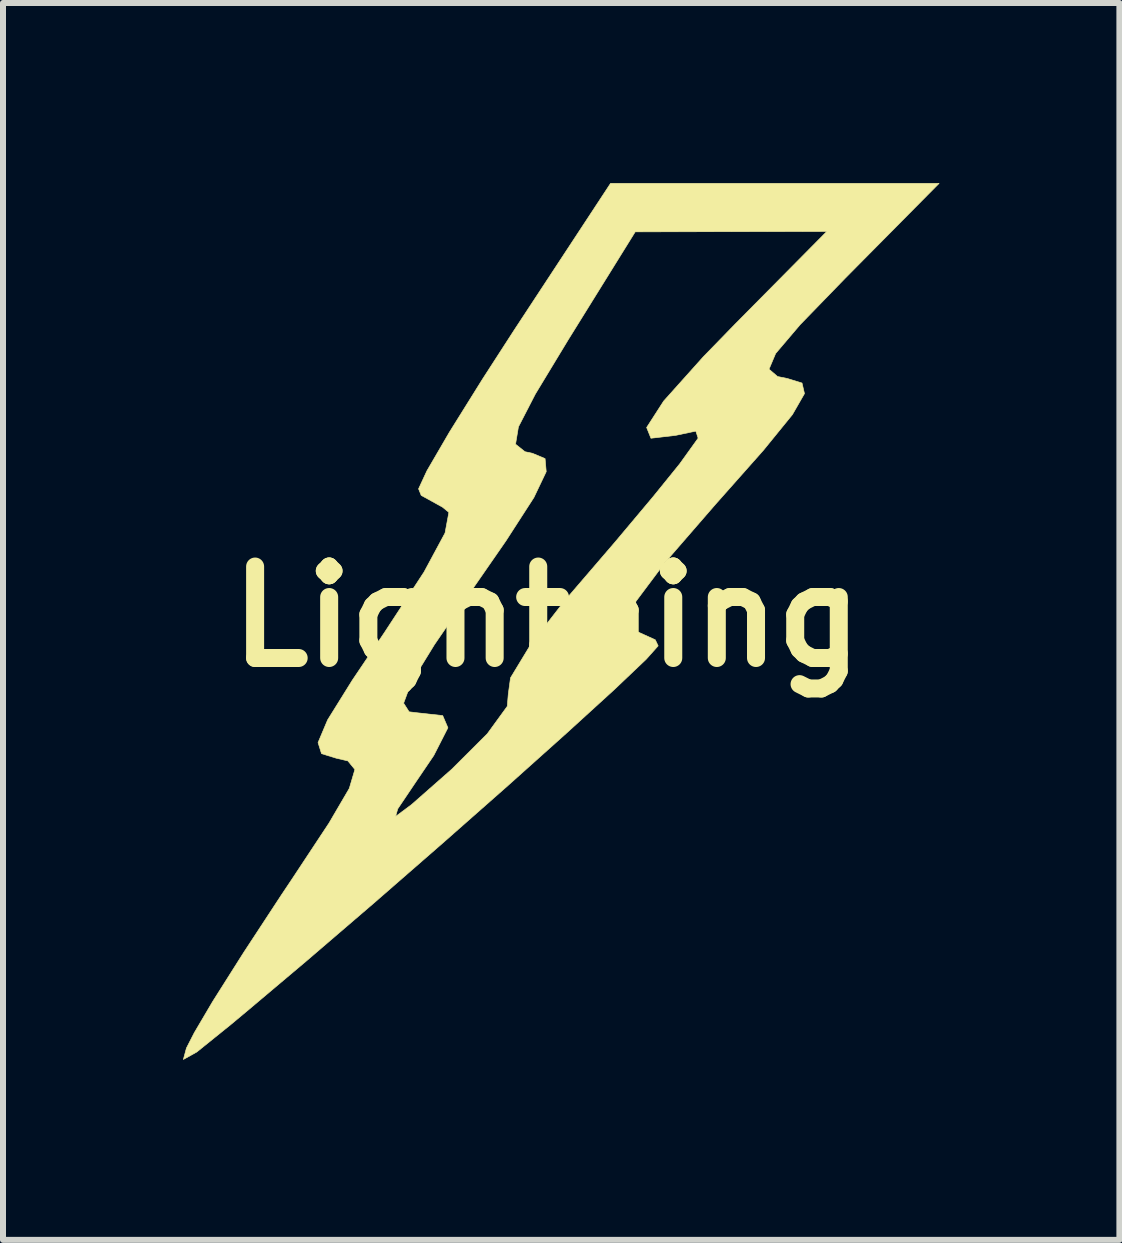
<source format=kicad_pcb>
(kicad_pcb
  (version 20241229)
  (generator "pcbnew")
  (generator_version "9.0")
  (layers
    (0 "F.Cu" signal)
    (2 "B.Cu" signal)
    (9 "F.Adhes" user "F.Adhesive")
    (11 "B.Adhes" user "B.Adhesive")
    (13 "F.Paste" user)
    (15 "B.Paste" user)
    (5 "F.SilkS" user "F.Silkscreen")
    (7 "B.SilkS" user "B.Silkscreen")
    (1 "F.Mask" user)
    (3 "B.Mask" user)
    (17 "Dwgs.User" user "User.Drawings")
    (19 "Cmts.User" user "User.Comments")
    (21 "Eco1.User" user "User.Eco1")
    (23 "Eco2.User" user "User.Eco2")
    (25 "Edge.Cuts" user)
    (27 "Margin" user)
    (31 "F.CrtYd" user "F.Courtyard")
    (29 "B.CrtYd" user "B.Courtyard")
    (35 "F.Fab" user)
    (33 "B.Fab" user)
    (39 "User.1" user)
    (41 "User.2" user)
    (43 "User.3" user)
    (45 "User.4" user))
  (footprint "Lightning"
    (layer "F.Cu")
    (at 6.063 7.224)
    (property "Reference" "Lightning" (at 0 0 0) (layer "F.SilkS") (effects (font (size 1.524 1.524) (thickness 0.3))))
    (attr through_hole)
    (fp_poly (pts (xy 4.969 -5.638) (xy 4.219 -4.865) (xy 3.811 -4.385) (xy 3.7 -4.123) (xy 3.842 -4.001) (xy 4.008 -3.967) (xy 4.25 -3.892) (xy 4.291 -3.716) (xy 4.09 -3.366) (xy 3.606 -2.771) (xy 2.809 -1.872) (xy 1.967 -0.901) (xy 1.484 -0.256) (xy 1.333 0.105) (xy 1.439 0.22) (xy 1.805 0.386) (xy 1.853 0.487) (xy 1.655 0.709) (xy 1.124 1.214) (xy 0.331 1.937) (xy -0.651 2.816) (xy -1.749 3.784) (xy -2.891 4.779) (xy -4.005 5.735) (xy -5.018 6.589) (xy -5.271 6.8) (xy -5.835 7.255) (xy -6.058 7.379) (xy -6.007 7.189) (xy -5.876 6.933) (xy -5.569 6.412) (xy -5.056 5.601) (xy -4.432 4.649) (xy -4.241 4.363) (xy -3.63 3.438) (xy -3.567 3.33) (xy -2.522 3.33) (xy -2.256 3.132) (xy -1.642 2.592) (xy -1.583 2.54) (xy -0.994 1.952) (xy -0.661 1.494) (xy -0.644 1.29) (xy -0.607 1.02) (xy -0.272 0.467) (xy 0.291 -0.26) (xy 0.418 -0.408) (xy 1.137 -1.245) (xy 1.774 -2.004) (xy 2.198 -2.528) (xy 2.211 -2.544) (xy 2.519 -2.973) (xy 2.481 -3.091) (xy 2.144 -3.02) (xy 1.733 -2.972) (xy 1.661 -3.151) (xy 1.945 -3.592) (xy 2.605 -4.329) (xy 3.133 -4.872) (xy 4.662 -6.417) (xy 1.471 -6.411) (xy 0.352 -4.609) (xy -0.193 -3.709) (xy -0.475 -3.162) (xy -0.523 -2.873) (xy -0.366 -2.748) (xy -0.241 -2.721) (xy -0.031 -2.633) (xy -0.012 -2.415) (xy -0.217 -1.985) (xy -0.682 -1.264) (xy -1.201 -0.515) (xy -1.874 0.466) (xy -2.259 1.093) (xy -2.388 1.442) (xy -2.296 1.586) (xy -2.145 1.604) (xy -1.737 1.649) (xy -1.65 1.852) (xy -1.885 2.313) (xy -2.192 2.766) (xy -2.486 3.203) (xy -2.522 3.33) (xy -3.567 3.33) (xy -3.293 2.862) (xy -3.2 2.547) (xy -3.317 2.404) (xy -3.513 2.358) (xy -3.756 2.283) (xy -3.814 2.099) (xy -3.654 1.72) (xy -3.244 1.061) (xy -2.709 0.267) (xy -2.048 -0.743) (xy -1.698 -1.393) (xy -1.634 -1.737) (xy -1.74 -1.824) (xy -2.095 -2.02) (xy -2.139 -2.129) (xy -2 -2.429) (xy -1.625 -3.073) (xy -1.073 -3.958) (xy -0.54 -4.783) (xy 1.06 -7.219) (xy 6.534 -7.219) (xy 4.969 -5.638)) (stroke (width 0.01) (type solid)) (fill yes) (layer "F.SilkS")))
  (gr_rect
    (start -3 -3)
    (end 15.601 17.608)
    (stroke (width 0.1) (type default))
    (fill no)
    (layer "Edge.Cuts")))
</source>
